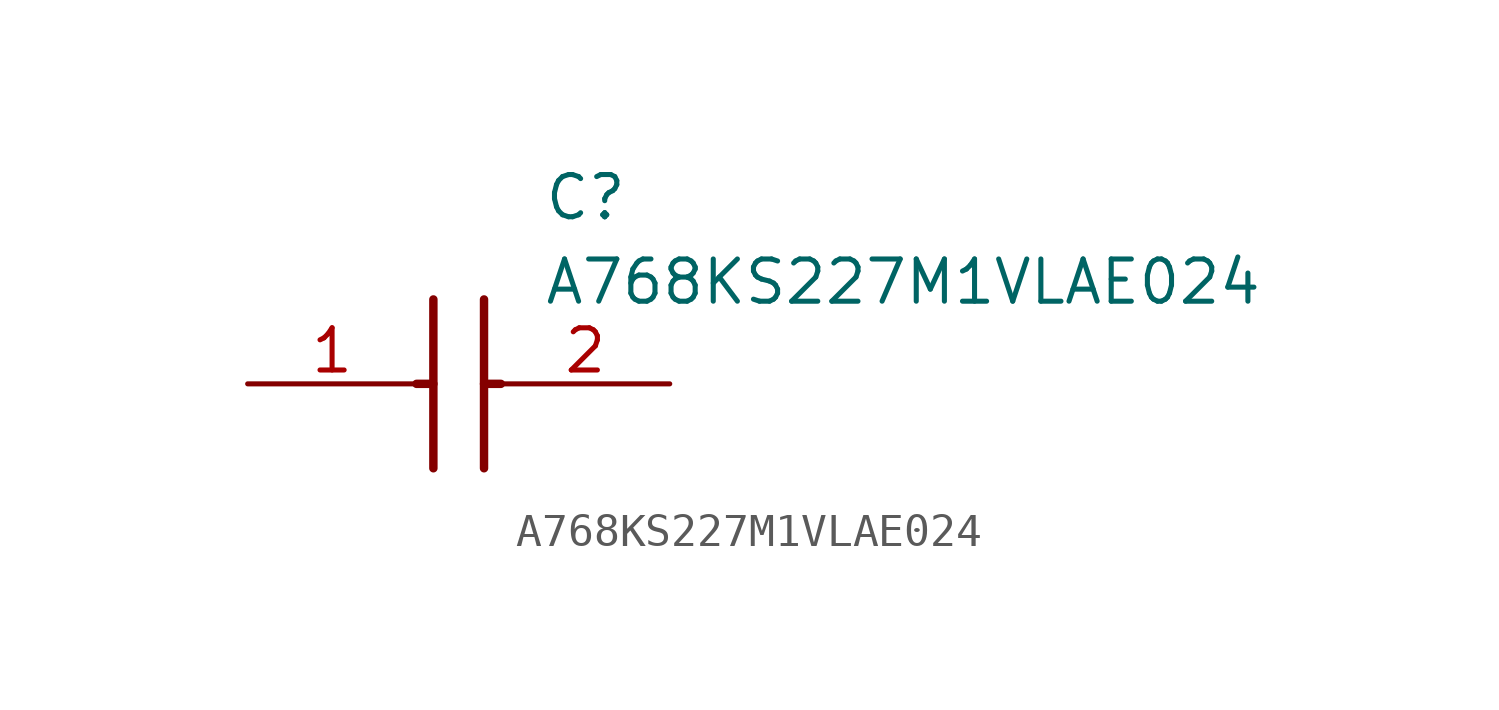
<source format=kicad_sym>
(kicad_symbol_lib
  (version 20211014)
  (generator SamacSys_ECAD_Model)
  (symbol "A768KS227M1VLAE024"
    (pin_names hide)
    (property "Reference" "C"
      (at 8.89 6.35 0)
      (effects (font (size 1.27 1.27)) (justify left top)))
    (property "Value" "A768KS227M1VLAE024"
      (at 8.89 3.81 0)
      (effects (font (size 1.27 1.27)) (justify left top)))
    (polyline
      (pts (xy 5.588 2.54) (xy 5.588 -2.54))
      (stroke (width 0.254) (type default))
      (fill (type none)))
    (polyline
      (pts (xy 7.112 2.54) (xy 7.112 -2.54))
      (stroke (width 0.254) (type default))
      (fill (type none)))
    (polyline
      (pts (xy 5.08 0) (xy 5.588 0))
      (stroke (width 0.254) (type default))
      (fill (type none)))
    (polyline
      (pts (xy 7.112 0) (xy 7.62 0))
      (stroke (width 0.254) (type default))
      (fill (type none)))
    (pin passive line
      (at 0 0 0)
      (length 5.08)
      (name "+" (effects (font (size 1.27 1.27))))
      (number "1" (effects (font (size 1.27 1.27)))))
    (pin passive line
      (at 12.7 0 180)
      (length 5.08)
      (name "-" (effects (font (size 1.27 1.27))))
      (number "2" (effects (font (size 1.27 1.27)))))))
</source>
